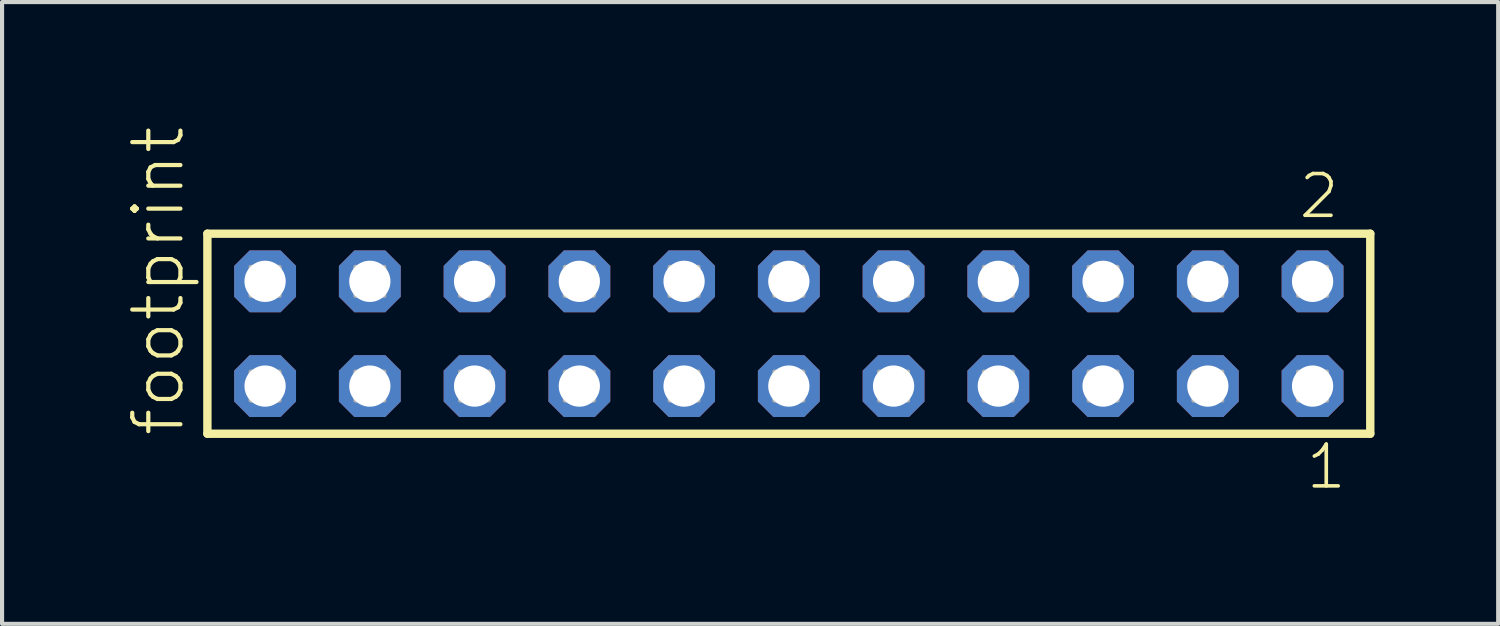
<source format=kicad_pcb>
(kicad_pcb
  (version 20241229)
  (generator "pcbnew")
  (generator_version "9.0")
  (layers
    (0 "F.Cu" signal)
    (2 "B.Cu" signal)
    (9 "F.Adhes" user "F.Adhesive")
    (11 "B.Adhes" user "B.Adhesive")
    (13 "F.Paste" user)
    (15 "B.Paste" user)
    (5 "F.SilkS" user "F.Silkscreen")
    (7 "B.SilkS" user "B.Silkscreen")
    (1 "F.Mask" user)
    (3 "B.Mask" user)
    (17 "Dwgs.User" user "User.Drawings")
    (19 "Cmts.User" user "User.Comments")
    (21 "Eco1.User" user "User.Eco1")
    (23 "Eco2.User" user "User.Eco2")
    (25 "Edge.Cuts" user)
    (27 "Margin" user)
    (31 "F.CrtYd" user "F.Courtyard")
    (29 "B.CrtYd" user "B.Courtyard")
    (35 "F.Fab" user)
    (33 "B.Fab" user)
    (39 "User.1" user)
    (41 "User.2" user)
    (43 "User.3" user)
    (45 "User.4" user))
  (footprint "footprint"
    (layer "F.Cu")
    (at 16.078 5.042)
    (property "Reference" "footprint" (at -14.605 2.54 90) (layer "F.SilkS") (effects (font (size 1.168 1.168) (thickness 0.102)) (justify left bottom)))
    (fp_line (start -14.099 -2.425) (end 14.099 -2.425) (stroke (width 0.203) (type solid)) (layer "F.SilkS"))
    (fp_line (start -14.099 2.425) (end -14.099 -2.425) (stroke (width 0.203) (type solid)) (layer "F.SilkS"))
    (fp_line (start 14.099 -2.425) (end 14.099 2.425) (stroke (width 0.203) (type solid)) (layer "F.SilkS"))
    (fp_line (start 14.099 2.425) (end -14.099 2.425) (stroke (width 0.203) (type solid)) (layer "F.SilkS"))
    (fp_poly (pts (xy -13.05 -0.92) (xy -12.35 -0.92) (xy -12.35 -1.62) (xy -13.05 -1.62)) (stroke (width 0.1) (type solid)) (fill no) (layer "F.Fab"))
    (fp_poly (pts (xy -13.05 1.62) (xy -12.35 1.62) (xy -12.35 0.92) (xy -13.05 0.92)) (stroke (width 0.1) (type solid)) (fill no) (layer "F.Fab"))
    (fp_poly (pts (xy -10.51 -0.92) (xy -9.81 -0.92) (xy -9.81 -1.62) (xy -10.51 -1.62)) (stroke (width 0.1) (type solid)) (fill no) (layer "F.Fab"))
    (fp_poly (pts (xy -10.51 1.62) (xy -9.81 1.62) (xy -9.81 0.92) (xy -10.51 0.92)) (stroke (width 0.1) (type solid)) (fill no) (layer "F.Fab"))
    (fp_poly (pts (xy -7.97 -0.92) (xy -7.27 -0.92) (xy -7.27 -1.62) (xy -7.97 -1.62)) (stroke (width 0.1) (type solid)) (fill no) (layer "F.Fab"))
    (fp_poly (pts (xy -7.97 1.62) (xy -7.27 1.62) (xy -7.27 0.92) (xy -7.97 0.92)) (stroke (width 0.1) (type solid)) (fill no) (layer "F.Fab"))
    (fp_poly (pts (xy -5.43 -0.92) (xy -4.73 -0.92) (xy -4.73 -1.62) (xy -5.43 -1.62)) (stroke (width 0.1) (type solid)) (fill no) (layer "F.Fab"))
    (fp_poly (pts (xy -5.43 1.62) (xy -4.73 1.62) (xy -4.73 0.92) (xy -5.43 0.92)) (stroke (width 0.1) (type solid)) (fill no) (layer "F.Fab"))
    (fp_poly (pts (xy -2.89 -0.92) (xy -2.19 -0.92) (xy -2.19 -1.62) (xy -2.89 -1.62)) (stroke (width 0.1) (type solid)) (fill no) (layer "F.Fab"))
    (fp_poly (pts (xy -2.89 1.62) (xy -2.19 1.62) (xy -2.19 0.92) (xy -2.89 0.92)) (stroke (width 0.1) (type solid)) (fill no) (layer "F.Fab"))
    (fp_poly (pts (xy -0.35 -0.92) (xy 0.35 -0.92) (xy 0.35 -1.62) (xy -0.35 -1.62)) (stroke (width 0.1) (type solid)) (fill no) (layer "F.Fab"))
    (fp_poly (pts (xy -0.35 1.62) (xy 0.35 1.62) (xy 0.35 0.92) (xy -0.35 0.92)) (stroke (width 0.1) (type solid)) (fill no) (layer "F.Fab"))
    (fp_poly (pts (xy 2.19 -0.92) (xy 2.89 -0.92) (xy 2.89 -1.62) (xy 2.19 -1.62)) (stroke (width 0.1) (type solid)) (fill no) (layer "F.Fab"))
    (fp_poly (pts (xy 2.19 1.62) (xy 2.89 1.62) (xy 2.89 0.92) (xy 2.19 0.92)) (stroke (width 0.1) (type solid)) (fill no) (layer "F.Fab"))
    (fp_poly (pts (xy 4.73 -0.92) (xy 5.43 -0.92) (xy 5.43 -1.62) (xy 4.73 -1.62)) (stroke (width 0.1) (type solid)) (fill no) (layer "F.Fab"))
    (fp_poly (pts (xy 4.73 1.62) (xy 5.43 1.62) (xy 5.43 0.92) (xy 4.73 0.92)) (stroke (width 0.1) (type solid)) (fill no) (layer "F.Fab"))
    (fp_poly (pts (xy 7.27 -0.92) (xy 7.97 -0.92) (xy 7.97 -1.62) (xy 7.27 -1.62)) (stroke (width 0.1) (type solid)) (fill no) (layer "F.Fab"))
    (fp_poly (pts (xy 7.27 1.62) (xy 7.97 1.62) (xy 7.97 0.92) (xy 7.27 0.92)) (stroke (width 0.1) (type solid)) (fill no) (layer "F.Fab"))
    (fp_poly (pts (xy 9.81 -0.92) (xy 10.51 -0.92) (xy 10.51 -1.62) (xy 9.81 -1.62)) (stroke (width 0.1) (type solid)) (fill no) (layer "F.Fab"))
    (fp_poly (pts (xy 9.81 1.62) (xy 10.51 1.62) (xy 10.51 0.92) (xy 9.81 0.92)) (stroke (width 0.1) (type solid)) (fill no) (layer "F.Fab"))
    (fp_poly (pts (xy 12.35 -0.92) (xy 13.05 -0.92) (xy 13.05 -1.62) (xy 12.35 -1.62)) (stroke (width 0.1) (type solid)) (fill no) (layer "F.Fab"))
    (fp_poly (pts (xy 12.35 1.62) (xy 13.05 1.62) (xy 13.05 0.92) (xy 12.35 0.92)) (stroke (width 0.1) (type solid)) (fill no) (layer "F.Fab"))
    (fp_text user "1" (at 12.492 3.818 0) (layer "F.SilkS") (effects (font (size 1.012 1.012) (thickness 0.088)) (justify left bottom)))
    (fp_text user "2" (at 12.317 -2.744 0) (layer "F.SilkS") (effects (font (size 1.012 1.012) (thickness 0.088)) (justify left bottom)))
    (pad "1" thru_hole roundrect (at 12.7 1.27 180) (size 1.5 1.5) (drill 1) (layers "*.Cu" "*.Mask") (roundrect_rratio 0.25) (chamfer_ratio 0.25) (chamfer top_left top_right bottom_left bottom_right))
    (pad "2" thru_hole roundrect (at 12.7 -1.27 180) (size 1.5 1.5) (drill 1) (layers "*.Cu" "*.Mask") (roundrect_rratio 0.25) (chamfer_ratio 0.25) (chamfer top_left top_right bottom_left bottom_right))
    (pad "3" thru_hole roundrect (at 10.16 1.27 180) (size 1.5 1.5) (drill 1) (layers "*.Cu" "*.Mask") (roundrect_rratio 0.25) (chamfer_ratio 0.25) (chamfer top_left top_right bottom_left bottom_right))
    (pad "4" thru_hole roundrect (at 10.16 -1.27 180) (size 1.5 1.5) (drill 1) (layers "*.Cu" "*.Mask") (roundrect_rratio 0.25) (chamfer_ratio 0.25) (chamfer top_left top_right bottom_left bottom_right))
    (pad "5" thru_hole roundrect (at 7.62 1.27 180) (size 1.5 1.5) (drill 1) (layers "*.Cu" "*.Mask") (roundrect_rratio 0.25) (chamfer_ratio 0.25) (chamfer top_left top_right bottom_left bottom_right))
    (pad "6" thru_hole roundrect (at 7.62 -1.27 180) (size 1.5 1.5) (drill 1) (layers "*.Cu" "*.Mask") (roundrect_rratio 0.25) (chamfer_ratio 0.25) (chamfer top_left top_right bottom_left bottom_right))
    (pad "7" thru_hole roundrect (at 5.08 1.27 180) (size 1.5 1.5) (drill 1) (layers "*.Cu" "*.Mask") (roundrect_rratio 0.25) (chamfer_ratio 0.25) (chamfer top_left top_right bottom_left bottom_right))
    (pad "8" thru_hole roundrect (at 5.08 -1.27 180) (size 1.5 1.5) (drill 1) (layers "*.Cu" "*.Mask") (roundrect_rratio 0.25) (chamfer_ratio 0.25) (chamfer top_left top_right bottom_left bottom_right))
    (pad "9" thru_hole roundrect (at 2.54 1.27 180) (size 1.5 1.5) (drill 1) (layers "*.Cu" "*.Mask") (roundrect_rratio 0.25) (chamfer_ratio 0.25) (chamfer top_left top_right bottom_left bottom_right))
    (pad "10" thru_hole roundrect (at 2.54 -1.27 180) (size 1.5 1.5) (drill 1) (layers "*.Cu" "*.Mask") (roundrect_rratio 0.25) (chamfer_ratio 0.25) (chamfer top_left top_right bottom_left bottom_right))
    (pad "11" thru_hole roundrect (at 0 1.27 180) (size 1.5 1.5) (drill 1) (layers "*.Cu" "*.Mask") (roundrect_rratio 0.25) (chamfer_ratio 0.25) (chamfer top_left top_right bottom_left bottom_right))
    (pad "12" thru_hole roundrect (at 0 -1.27 180) (size 1.5 1.5) (drill 1) (layers "*.Cu" "*.Mask") (roundrect_rratio 0.25) (chamfer_ratio 0.25) (chamfer top_left top_right bottom_left bottom_right))
    (pad "13" thru_hole roundrect (at -2.54 1.27 180) (size 1.5 1.5) (drill 1) (layers "*.Cu" "*.Mask") (roundrect_rratio 0.25) (chamfer_ratio 0.25) (chamfer top_left top_right bottom_left bottom_right))
    (pad "14" thru_hole roundrect (at -2.54 -1.27 180) (size 1.5 1.5) (drill 1) (layers "*.Cu" "*.Mask") (roundrect_rratio 0.25) (chamfer_ratio 0.25) (chamfer top_left top_right bottom_left bottom_right))
    (pad "15" thru_hole roundrect (at -5.08 1.27 180) (size 1.5 1.5) (drill 1) (layers "*.Cu" "*.Mask") (roundrect_rratio 0.25) (chamfer_ratio 0.25) (chamfer top_left top_right bottom_left bottom_right))
    (pad "16" thru_hole roundrect (at -5.08 -1.27 180) (size 1.5 1.5) (drill 1) (layers "*.Cu" "*.Mask") (roundrect_rratio 0.25) (chamfer_ratio 0.25) (chamfer top_left top_right bottom_left bottom_right))
    (pad "17" thru_hole roundrect (at -7.62 1.27 180) (size 1.5 1.5) (drill 1) (layers "*.Cu" "*.Mask") (roundrect_rratio 0.25) (chamfer_ratio 0.25) (chamfer top_left top_right bottom_left bottom_right))
    (pad "18" thru_hole roundrect (at -7.62 -1.27 180) (size 1.5 1.5) (drill 1) (layers "*.Cu" "*.Mask") (roundrect_rratio 0.25) (chamfer_ratio 0.25) (chamfer top_left top_right bottom_left bottom_right))
    (pad "19" thru_hole roundrect (at -10.16 1.27 180) (size 1.5 1.5) (drill 1) (layers "*.Cu" "*.Mask") (roundrect_rratio 0.25) (chamfer_ratio 0.25) (chamfer top_left top_right bottom_left bottom_right))
    (pad "20" thru_hole roundrect (at -10.16 -1.27 180) (size 1.5 1.5) (drill 1) (layers "*.Cu" "*.Mask") (roundrect_rratio 0.25) (chamfer_ratio 0.25) (chamfer top_left top_right bottom_left bottom_right))
    (pad "21" thru_hole roundrect (at -12.7 1.27 180) (size 1.5 1.5) (drill 1) (layers "*.Cu" "*.Mask") (roundrect_rratio 0.25) (chamfer_ratio 0.25) (chamfer top_left top_right bottom_left bottom_right))
    (pad "22" thru_hole roundrect (at -12.7 -1.27 180) (size 1.5 1.5) (drill 1) (layers "*.Cu" "*.Mask") (roundrect_rratio 0.25) (chamfer_ratio 0.25) (chamfer top_left top_right bottom_left bottom_right)))
  (gr_rect
    (start -3 -3)
    (end 33.279 12.077)
    (stroke (width 0.1) (type default))
    (fill no)
    (layer "Edge.Cuts")))
</source>
